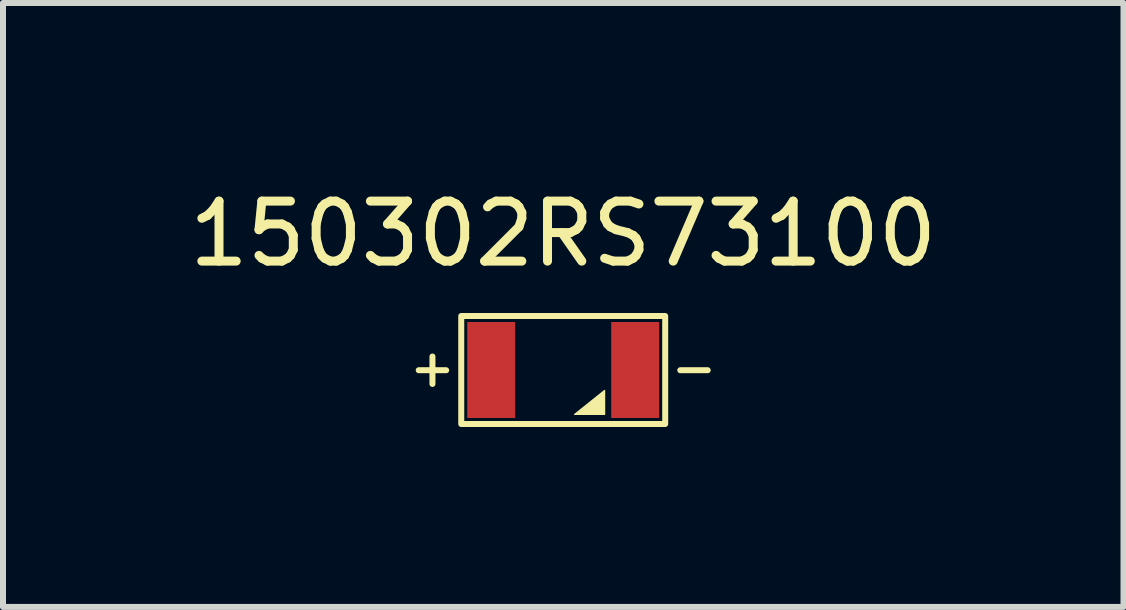
<source format=kicad_pcb>
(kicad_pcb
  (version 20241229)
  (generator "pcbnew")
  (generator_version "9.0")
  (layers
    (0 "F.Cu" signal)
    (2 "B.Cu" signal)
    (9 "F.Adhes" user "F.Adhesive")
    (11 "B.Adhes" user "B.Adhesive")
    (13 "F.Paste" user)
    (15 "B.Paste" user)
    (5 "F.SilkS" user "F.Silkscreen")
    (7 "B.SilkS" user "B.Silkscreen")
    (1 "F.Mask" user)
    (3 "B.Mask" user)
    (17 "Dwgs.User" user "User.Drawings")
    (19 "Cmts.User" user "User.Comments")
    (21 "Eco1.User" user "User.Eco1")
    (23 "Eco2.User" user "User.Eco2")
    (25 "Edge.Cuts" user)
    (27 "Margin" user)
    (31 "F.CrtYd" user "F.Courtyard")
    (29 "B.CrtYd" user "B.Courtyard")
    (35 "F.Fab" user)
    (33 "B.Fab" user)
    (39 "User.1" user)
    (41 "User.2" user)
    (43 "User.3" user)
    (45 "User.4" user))
  (footprint "150302RS73100"
    (layer "F.Cu")
    (at 6.339 3.118)
    (property "Reference" "150302RS73100" (at 0 -2.27 0) (unlocked yes) (layer "F.SilkS") (effects (font (size 1 1) (thickness 0.15))))
    (attr smd)
    (fp_rect (start -1.7 -0.9) (end 1.7 0.9) (stroke (width 0.1) (type solid)) (fill no) (layer "F.SilkS"))
    (fp_poly (pts (xy 0.69 0.74) (xy 0.19 0.74) (xy 0.69 0.34)) (stroke (width 0.02) (type solid)) (fill yes) (layer "F.SilkS"))
    (fp_text user "+" (at -2.18 -0.04 0) (unlocked yes) (layer "F.SilkS") (effects (font (size 0.6 0.6) (thickness 0.1))))
    (fp_text user "-" (at 2.18 -0.04 0) (unlocked yes) (layer "F.SilkS") (effects (font (size 0.6 0.6) (thickness 0.1))))
    (pad "1" smd rect (at -1.2 0) (size 0.8 1.6) (layers "F.Cu" "F.Mask" "F.Paste"))
    (pad "2" smd rect (at 1.2 0) (size 0.8 1.6) (layers "F.Cu" "F.Mask" "F.Paste")))
  (gr_rect
    (start -3 -3)
    (end 15.679 7.068)
    (stroke (width 0.1) (type default))
    (fill no)
    (layer "Edge.Cuts")))
</source>
